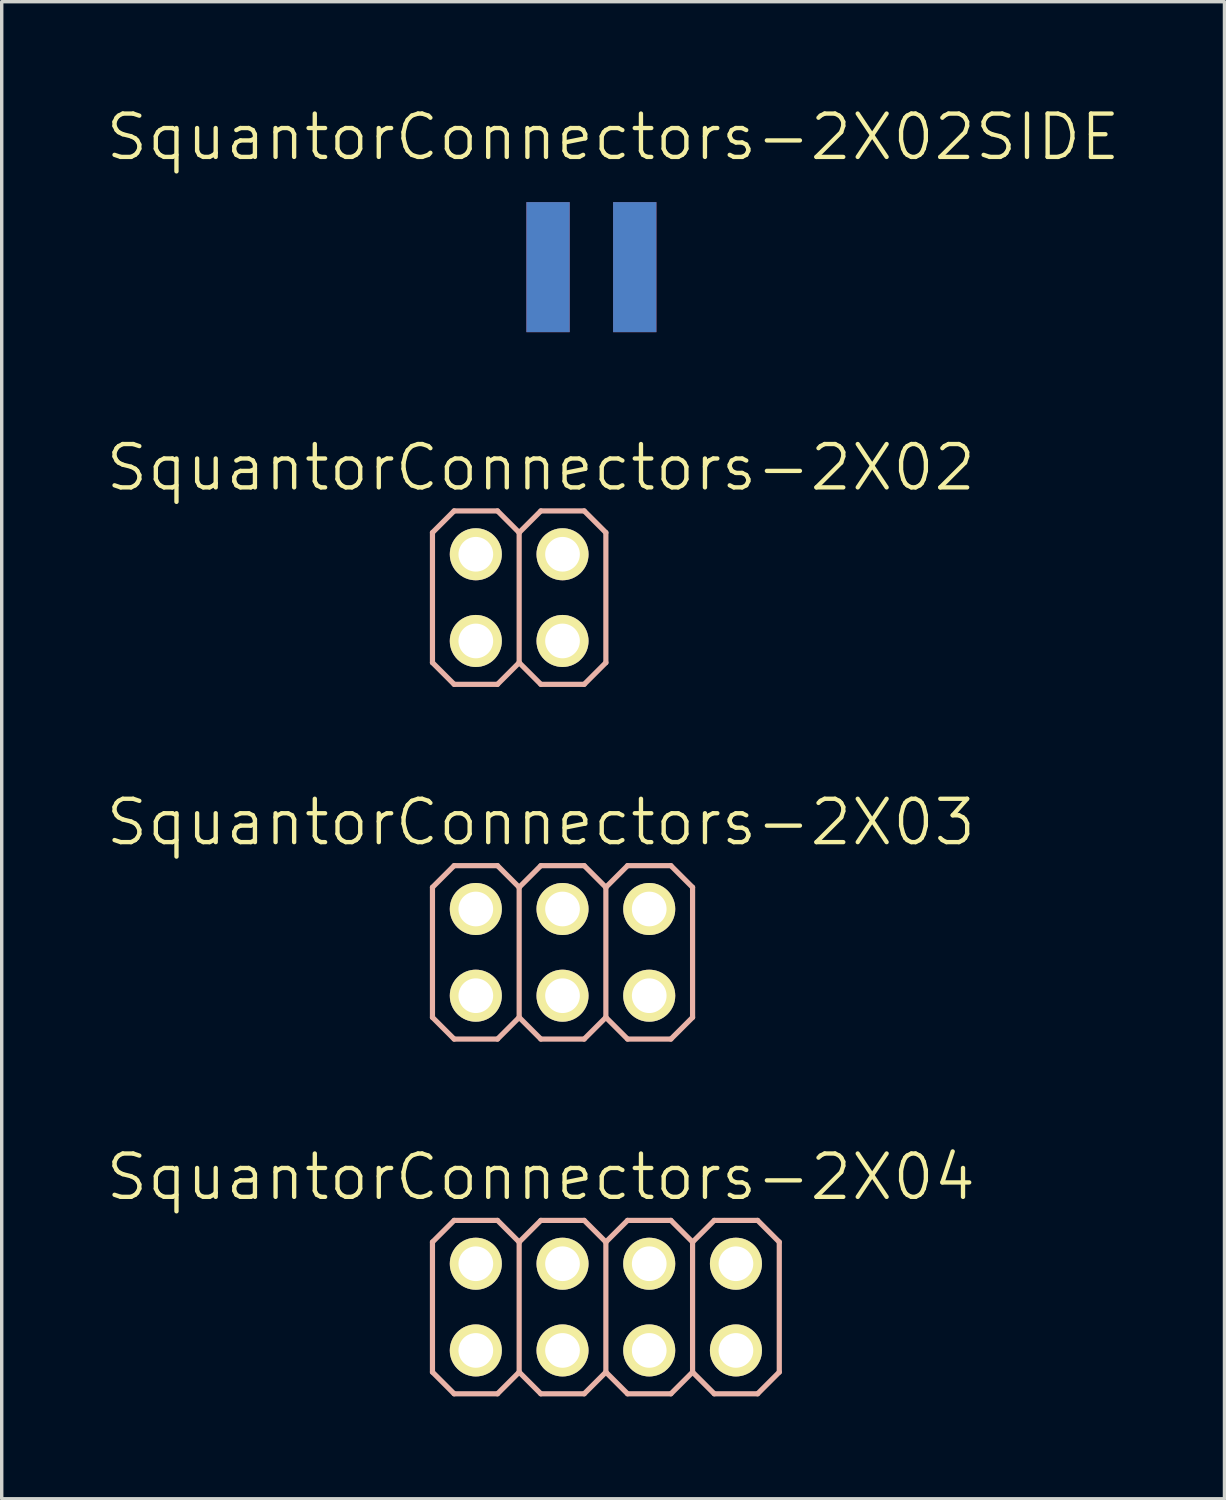
<source format=kicad_pcb>
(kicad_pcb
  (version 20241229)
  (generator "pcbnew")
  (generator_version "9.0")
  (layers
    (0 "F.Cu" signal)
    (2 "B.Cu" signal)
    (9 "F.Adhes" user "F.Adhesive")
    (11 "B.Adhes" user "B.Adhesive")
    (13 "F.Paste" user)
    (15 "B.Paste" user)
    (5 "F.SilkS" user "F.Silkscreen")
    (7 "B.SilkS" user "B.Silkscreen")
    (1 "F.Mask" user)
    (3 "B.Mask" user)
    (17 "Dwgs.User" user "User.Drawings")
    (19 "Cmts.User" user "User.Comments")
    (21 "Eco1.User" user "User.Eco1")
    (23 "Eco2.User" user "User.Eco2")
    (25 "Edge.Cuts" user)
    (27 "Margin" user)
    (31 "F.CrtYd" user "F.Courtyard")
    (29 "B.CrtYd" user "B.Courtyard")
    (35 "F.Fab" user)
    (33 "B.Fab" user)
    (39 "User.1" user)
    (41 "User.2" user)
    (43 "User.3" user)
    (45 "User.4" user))
  (footprint "SquantorConnectors-2X02SIDE"
    (layer "F.Cu")
    (at 14.275 4.776)
    (property "Reference" "SquantorConnectors-2X02SIDE" (at 0.635 -3.81 0) (layer "F.SilkS") (effects (font (size 1.27 1.27) (thickness 0.127))))
    (attr smd)
    (pad "1" smd rect (at -1.27 0 90) (size 3.81 1.27) (layers "F.Cu" "F.Mask" "F.Paste"))
    (pad "2" smd rect (at -1.27 0 90) (size 3.81 1.27) (layers "B.Cu" "B.Mask"))
    (pad "3" smd rect (at 1.27 0 90) (size 3.81 1.27) (layers "F.Cu" "F.Mask" "F.Paste"))
    (pad "4" smd rect (at 1.27 0 90) (size 3.81 1.27) (layers "B.Cu" "B.Mask")))
  (footprint "SquantorConnectors-2X04"
    (layer "F.Cu")
    (at 14.699 35.241)
    (property "Reference" "SquantorConnectors-2X04" (at -1.905 -3.81 0) (layer "F.SilkS") (effects (font (size 1.27 1.27) (thickness 0.127))))
    (attr exclude_from_pos_files exclude_from_bom)
    (fp_line (start -4.064 -1.524) (end -3.556 -1.524) (stroke (width 0.066) (type solid)) (layer "F.SilkS"))
    (fp_line (start -4.064 -1.016) (end -4.064 -1.524) (stroke (width 0.066) (type solid)) (layer "F.SilkS"))
    (fp_line (start -4.064 -1.016) (end -3.556 -1.016) (stroke (width 0.066) (type solid)) (layer "F.SilkS"))
    (fp_line (start -4.064 1.016) (end -3.556 1.016) (stroke (width 0.066) (type solid)) (layer "F.SilkS"))
    (fp_line (start -4.064 1.524) (end -4.064 1.016) (stroke (width 0.066) (type solid)) (layer "F.SilkS"))
    (fp_line (start -4.064 1.524) (end -3.556 1.524) (stroke (width 0.066) (type solid)) (layer "F.SilkS"))
    (fp_line (start -3.556 -1.016) (end -3.556 -1.524) (stroke (width 0.066) (type solid)) (layer "F.SilkS"))
    (fp_line (start -3.556 1.524) (end -3.556 1.016) (stroke (width 0.066) (type solid)) (layer "F.SilkS"))
    (fp_line (start -1.524 -1.524) (end -1.016 -1.524) (stroke (width 0.066) (type solid)) (layer "F.SilkS"))
    (fp_line (start -1.524 -1.016) (end -1.524 -1.524) (stroke (width 0.066) (type solid)) (layer "F.SilkS"))
    (fp_line (start -1.524 -1.016) (end -1.016 -1.016) (stroke (width 0.066) (type solid)) (layer "F.SilkS"))
    (fp_line (start -1.524 1.016) (end -1.016 1.016) (stroke (width 0.066) (type solid)) (layer "F.SilkS"))
    (fp_line (start -1.524 1.524) (end -1.524 1.016) (stroke (width 0.066) (type solid)) (layer "F.SilkS"))
    (fp_line (start -1.524 1.524) (end -1.016 1.524) (stroke (width 0.066) (type solid)) (layer "F.SilkS"))
    (fp_line (start -1.016 -1.016) (end -1.016 -1.524) (stroke (width 0.066) (type solid)) (layer "F.SilkS"))
    (fp_line (start -1.016 1.524) (end -1.016 1.016) (stroke (width 0.066) (type solid)) (layer "F.SilkS"))
    (fp_line (start 1.016 -1.524) (end 1.524 -1.524) (stroke (width 0.066) (type solid)) (layer "F.SilkS"))
    (fp_line (start 1.016 -1.016) (end 1.016 -1.524) (stroke (width 0.066) (type solid)) (layer "F.SilkS"))
    (fp_line (start 1.016 -1.016) (end 1.524 -1.016) (stroke (width 0.066) (type solid)) (layer "F.SilkS"))
    (fp_line (start 1.016 1.016) (end 1.524 1.016) (stroke (width 0.066) (type solid)) (layer "F.SilkS"))
    (fp_line (start 1.016 1.524) (end 1.016 1.016) (stroke (width 0.066) (type solid)) (layer "F.SilkS"))
    (fp_line (start 1.016 1.524) (end 1.524 1.524) (stroke (width 0.066) (type solid)) (layer "F.SilkS"))
    (fp_line (start 1.524 -1.016) (end 1.524 -1.524) (stroke (width 0.066) (type solid)) (layer "F.SilkS"))
    (fp_line (start 1.524 1.524) (end 1.524 1.016) (stroke (width 0.066) (type solid)) (layer "F.SilkS"))
    (fp_line (start 3.556 -1.524) (end 4.064 -1.524) (stroke (width 0.066) (type solid)) (layer "F.SilkS"))
    (fp_line (start 3.556 -1.016) (end 3.556 -1.524) (stroke (width 0.066) (type solid)) (layer "F.SilkS"))
    (fp_line (start 3.556 -1.016) (end 4.064 -1.016) (stroke (width 0.066) (type solid)) (layer "F.SilkS"))
    (fp_line (start 3.556 1.016) (end 4.064 1.016) (stroke (width 0.066) (type solid)) (layer "F.SilkS"))
    (fp_line (start 3.556 1.524) (end 3.556 1.016) (stroke (width 0.066) (type solid)) (layer "F.SilkS"))
    (fp_line (start 3.556 1.524) (end 4.064 1.524) (stroke (width 0.066) (type solid)) (layer "F.SilkS"))
    (fp_line (start 4.064 -1.016) (end 4.064 -1.524) (stroke (width 0.066) (type solid)) (layer "F.SilkS"))
    (fp_line (start 4.064 1.524) (end 4.064 1.016) (stroke (width 0.066) (type solid)) (layer "F.SilkS"))
    (fp_line (start -5.08 -1.905) (end -4.445 -2.54) (stroke (width 0.152) (type solid)) (layer "B.SilkS"))
    (fp_line (start -5.08 1.905) (end -5.08 -1.905) (stroke (width 0.152) (type solid)) (layer "B.SilkS"))
    (fp_line (start -5.08 1.905) (end -4.445 2.54) (stroke (width 0.152) (type solid)) (layer "B.SilkS"))
    (fp_line (start -4.445 -2.54) (end -3.175 -2.54) (stroke (width 0.152) (type solid)) (layer "B.SilkS"))
    (fp_line (start -4.445 2.54) (end -3.175 2.54) (stroke (width 0.152) (type solid)) (layer "B.SilkS"))
    (fp_line (start -3.175 -2.54) (end -2.54 -1.905) (stroke (width 0.152) (type solid)) (layer "B.SilkS"))
    (fp_line (start -3.175 2.54) (end -2.54 1.905) (stroke (width 0.152) (type solid)) (layer "B.SilkS"))
    (fp_line (start -2.54 -1.905) (end -2.54 1.905) (stroke (width 0.152) (type solid)) (layer "B.SilkS"))
    (fp_line (start -2.54 -1.905) (end -1.905 -2.54) (stroke (width 0.152) (type solid)) (layer "B.SilkS"))
    (fp_line (start -2.54 1.905) (end -1.905 2.54) (stroke (width 0.152) (type solid)) (layer "B.SilkS"))
    (fp_line (start -1.905 -2.54) (end -0.635 -2.54) (stroke (width 0.152) (type solid)) (layer "B.SilkS"))
    (fp_line (start -1.905 2.54) (end -0.635 2.54) (stroke (width 0.152) (type solid)) (layer "B.SilkS"))
    (fp_line (start -0.635 -2.54) (end 0 -1.905) (stroke (width 0.152) (type solid)) (layer "B.SilkS"))
    (fp_line (start -0.635 2.54) (end 0 1.905) (stroke (width 0.152) (type solid)) (layer "B.SilkS"))
    (fp_line (start 0 -1.905) (end 0 1.905) (stroke (width 0.152) (type solid)) (layer "B.SilkS"))
    (fp_line (start 0 -1.905) (end 0.635 -2.54) (stroke (width 0.152) (type solid)) (layer "B.SilkS"))
    (fp_line (start 0 1.905) (end 0.635 2.54) (stroke (width 0.152) (type solid)) (layer "B.SilkS"))
    (fp_line (start 0.635 -2.54) (end 1.905 -2.54) (stroke (width 0.152) (type solid)) (layer "B.SilkS"))
    (fp_line (start 0.635 2.54) (end 1.905 2.54) (stroke (width 0.152) (type solid)) (layer "B.SilkS"))
    (fp_line (start 1.905 -2.54) (end 2.54 -1.905) (stroke (width 0.152) (type solid)) (layer "B.SilkS"))
    (fp_line (start 1.905 2.54) (end 2.54 1.905) (stroke (width 0.152) (type solid)) (layer "B.SilkS"))
    (fp_line (start 2.54 -1.905) (end 2.54 1.905) (stroke (width 0.152) (type solid)) (layer "B.SilkS"))
    (fp_line (start 2.54 -1.905) (end 3.175 -2.54) (stroke (width 0.152) (type solid)) (layer "B.SilkS"))
    (fp_line (start 2.54 1.905) (end 3.175 2.54) (stroke (width 0.152) (type solid)) (layer "B.SilkS"))
    (fp_line (start 3.175 -2.54) (end 4.445 -2.54) (stroke (width 0.152) (type solid)) (layer "B.SilkS"))
    (fp_line (start 3.175 2.54) (end 4.445 2.54) (stroke (width 0.152) (type solid)) (layer "B.SilkS"))
    (fp_line (start 4.445 -2.54) (end 5.08 -1.905) (stroke (width 0.152) (type solid)) (layer "B.SilkS"))
    (fp_line (start 4.445 2.54) (end 5.08 1.905) (stroke (width 0.152) (type solid)) (layer "B.SilkS"))
    (fp_line (start 5.08 -1.905) (end 5.08 1.905) (stroke (width 0.152) (type solid)) (layer "B.SilkS"))
    (pad "1" thru_hole circle (at -3.81 1.27) (size 1.524 1.524) (drill 1.016) (layers "*.Cu" "F.Mask" "F.SilkS" "F.Paste"))
    (pad "2" thru_hole circle (at -3.81 -1.27) (size 1.524 1.524) (drill 1.016) (layers "*.Cu" "F.Mask" "F.SilkS" "F.Paste"))
    (pad "3" thru_hole circle (at -1.27 1.27) (size 1.524 1.524) (drill 1.016) (layers "*.Cu" "F.Mask" "F.SilkS" "F.Paste"))
    (pad "4" thru_hole circle (at -1.27 -1.27) (size 1.524 1.524) (drill 1.016) (layers "*.Cu" "F.Mask" "F.SilkS" "F.Paste"))
    (pad "5" thru_hole circle (at 1.27 1.27) (size 1.524 1.524) (drill 1.016) (layers "*.Cu" "F.Mask" "F.SilkS" "F.Paste"))
    (pad "6" thru_hole circle (at 1.27 -1.27) (size 1.524 1.524) (drill 1.016) (layers "*.Cu" "F.Mask" "F.SilkS" "F.Paste"))
    (pad "7" thru_hole circle (at 3.81 1.27) (size 1.524 1.524) (drill 1.016) (layers "*.Cu" "F.Mask" "F.SilkS" "F.Paste"))
    (pad "8" thru_hole circle (at 3.81 -1.27) (size 1.524 1.524) (drill 1.016) (layers "*.Cu" "F.Mask" "F.SilkS" "F.Paste")))
  (footprint "SquantorConnectors-2X02"
    (layer "F.Cu")
    (at 12.159 14.457)
    (property "Reference" "SquantorConnectors-2X02" (at 0.635 -3.81 0) (layer "F.SilkS") (effects (font (size 1.27 1.27) (thickness 0.127))))
    (attr exclude_from_pos_files exclude_from_bom)
    (fp_line (start -1.524 -1.524) (end -1.016 -1.524) (stroke (width 0.066) (type solid)) (layer "F.SilkS"))
    (fp_line (start -1.524 -1.016) (end -1.524 -1.524) (stroke (width 0.066) (type solid)) (layer "F.SilkS"))
    (fp_line (start -1.524 -1.016) (end -1.016 -1.016) (stroke (width 0.066) (type solid)) (layer "F.SilkS"))
    (fp_line (start -1.524 1.016) (end -1.016 1.016) (stroke (width 0.066) (type solid)) (layer "F.SilkS"))
    (fp_line (start -1.524 1.524) (end -1.524 1.016) (stroke (width 0.066) (type solid)) (layer "F.SilkS"))
    (fp_line (start -1.524 1.524) (end -1.016 1.524) (stroke (width 0.066) (type solid)) (layer "F.SilkS"))
    (fp_line (start -1.016 -1.016) (end -1.016 -1.524) (stroke (width 0.066) (type solid)) (layer "F.SilkS"))
    (fp_line (start -1.016 1.524) (end -1.016 1.016) (stroke (width 0.066) (type solid)) (layer "F.SilkS"))
    (fp_line (start 1.016 -1.524) (end 1.524 -1.524) (stroke (width 0.066) (type solid)) (layer "F.SilkS"))
    (fp_line (start 1.016 -1.016) (end 1.016 -1.524) (stroke (width 0.066) (type solid)) (layer "F.SilkS"))
    (fp_line (start 1.016 -1.016) (end 1.524 -1.016) (stroke (width 0.066) (type solid)) (layer "F.SilkS"))
    (fp_line (start 1.016 1.016) (end 1.524 1.016) (stroke (width 0.066) (type solid)) (layer "F.SilkS"))
    (fp_line (start 1.016 1.524) (end 1.016 1.016) (stroke (width 0.066) (type solid)) (layer "F.SilkS"))
    (fp_line (start 1.016 1.524) (end 1.524 1.524) (stroke (width 0.066) (type solid)) (layer "F.SilkS"))
    (fp_line (start 1.524 -1.016) (end 1.524 -1.524) (stroke (width 0.066) (type solid)) (layer "F.SilkS"))
    (fp_line (start 1.524 1.524) (end 1.524 1.016) (stroke (width 0.066) (type solid)) (layer "F.SilkS"))
    (fp_line (start -2.54 -1.905) (end -1.905 -2.54) (stroke (width 0.152) (type solid)) (layer "B.SilkS"))
    (fp_line (start -2.54 1.905) (end -2.54 -1.905) (stroke (width 0.152) (type solid)) (layer "B.SilkS"))
    (fp_line (start -2.54 1.905) (end -1.905 2.54) (stroke (width 0.152) (type solid)) (layer "B.SilkS"))
    (fp_line (start -1.905 -2.54) (end -0.635 -2.54) (stroke (width 0.152) (type solid)) (layer "B.SilkS"))
    (fp_line (start -1.905 2.54) (end -0.635 2.54) (stroke (width 0.152) (type solid)) (layer "B.SilkS"))
    (fp_line (start -0.635 -2.54) (end 0 -1.905) (stroke (width 0.152) (type solid)) (layer "B.SilkS"))
    (fp_line (start -0.635 2.54) (end 0 1.905) (stroke (width 0.152) (type solid)) (layer "B.SilkS"))
    (fp_line (start 0 -1.905) (end 0 1.905) (stroke (width 0.152) (type solid)) (layer "B.SilkS"))
    (fp_line (start 0 -1.905) (end 0.635 -2.54) (stroke (width 0.152) (type solid)) (layer "B.SilkS"))
    (fp_line (start 0 1.905) (end 0.635 2.54) (stroke (width 0.152) (type solid)) (layer "B.SilkS"))
    (fp_line (start 0.635 -2.54) (end 1.905 -2.54) (stroke (width 0.152) (type solid)) (layer "B.SilkS"))
    (fp_line (start 0.635 2.54) (end 1.905 2.54) (stroke (width 0.152) (type solid)) (layer "B.SilkS"))
    (fp_line (start 1.905 -2.54) (end 2.54 -1.905) (stroke (width 0.152) (type solid)) (layer "B.SilkS"))
    (fp_line (start 1.905 2.54) (end 2.54 1.905) (stroke (width 0.152) (type solid)) (layer "B.SilkS"))
    (fp_line (start 2.54 -1.905) (end 2.54 1.905) (stroke (width 0.152) (type solid)) (layer "B.SilkS"))
    (pad "1" thru_hole circle (at -1.27 1.27) (size 1.524 1.524) (drill 1.016) (layers "*.Cu" "F.Mask" "F.SilkS" "F.Paste"))
    (pad "2" thru_hole circle (at -1.27 -1.27) (size 1.524 1.524) (drill 1.016) (layers "*.Cu" "F.Mask" "F.SilkS" "F.Paste"))
    (pad "3" thru_hole circle (at 1.27 1.27) (size 1.524 1.524) (drill 1.016) (layers "*.Cu" "F.Mask" "F.SilkS" "F.Paste"))
    (pad "4" thru_hole circle (at 1.27 -1.27) (size 1.524 1.524) (drill 1.016) (layers "*.Cu" "F.Mask" "F.SilkS" "F.Paste")))
  (footprint "SquantorConnectors-2X03"
    (layer "F.Cu")
    (at 13.429 24.849)
    (property "Reference" "SquantorConnectors-2X03" (at -0.635 -3.81 0) (layer "F.SilkS") (effects (font (size 1.27 1.27) (thickness 0.127))))
    (attr exclude_from_pos_files exclude_from_bom)
    (fp_line (start -2.794 -1.524) (end -2.286 -1.524) (stroke (width 0.066) (type solid)) (layer "F.SilkS"))
    (fp_line (start -2.794 -1.016) (end -2.794 -1.524) (stroke (width 0.066) (type solid)) (layer "F.SilkS"))
    (fp_line (start -2.794 -1.016) (end -2.286 -1.016) (stroke (width 0.066) (type solid)) (layer "F.SilkS"))
    (fp_line (start -2.794 1.016) (end -2.286 1.016) (stroke (width 0.066) (type solid)) (layer "F.SilkS"))
    (fp_line (start -2.794 1.524) (end -2.794 1.016) (stroke (width 0.066) (type solid)) (layer "F.SilkS"))
    (fp_line (start -2.794 1.524) (end -2.286 1.524) (stroke (width 0.066) (type solid)) (layer "F.SilkS"))
    (fp_line (start -2.286 -1.016) (end -2.286 -1.524) (stroke (width 0.066) (type solid)) (layer "F.SilkS"))
    (fp_line (start -2.286 1.524) (end -2.286 1.016) (stroke (width 0.066) (type solid)) (layer "F.SilkS"))
    (fp_line (start -0.254 -1.524) (end 0.254 -1.524) (stroke (width 0.066) (type solid)) (layer "F.SilkS"))
    (fp_line (start -0.254 -1.016) (end -0.254 -1.524) (stroke (width 0.066) (type solid)) (layer "F.SilkS"))
    (fp_line (start -0.254 -1.016) (end 0.254 -1.016) (stroke (width 0.066) (type solid)) (layer "F.SilkS"))
    (fp_line (start -0.254 1.016) (end 0.254 1.016) (stroke (width 0.066) (type solid)) (layer "F.SilkS"))
    (fp_line (start -0.254 1.524) (end -0.254 1.016) (stroke (width 0.066) (type solid)) (layer "F.SilkS"))
    (fp_line (start -0.254 1.524) (end 0.254 1.524) (stroke (width 0.066) (type solid)) (layer "F.SilkS"))
    (fp_line (start 0.254 -1.016) (end 0.254 -1.524) (stroke (width 0.066) (type solid)) (layer "F.SilkS"))
    (fp_line (start 0.254 1.524) (end 0.254 1.016) (stroke (width 0.066) (type solid)) (layer "F.SilkS"))
    (fp_line (start 2.286 -1.524) (end 2.794 -1.524) (stroke (width 0.066) (type solid)) (layer "F.SilkS"))
    (fp_line (start 2.286 -1.016) (end 2.286 -1.524) (stroke (width 0.066) (type solid)) (layer "F.SilkS"))
    (fp_line (start 2.286 -1.016) (end 2.794 -1.016) (stroke (width 0.066) (type solid)) (layer "F.SilkS"))
    (fp_line (start 2.286 1.016) (end 2.794 1.016) (stroke (width 0.066) (type solid)) (layer "F.SilkS"))
    (fp_line (start 2.286 1.524) (end 2.286 1.016) (stroke (width 0.066) (type solid)) (layer "F.SilkS"))
    (fp_line (start 2.286 1.524) (end 2.794 1.524) (stroke (width 0.066) (type solid)) (layer "F.SilkS"))
    (fp_line (start 2.794 -1.016) (end 2.794 -1.524) (stroke (width 0.066) (type solid)) (layer "F.SilkS"))
    (fp_line (start 2.794 1.524) (end 2.794 1.016) (stroke (width 0.066) (type solid)) (layer "F.SilkS"))
    (fp_line (start -3.81 -1.905) (end -3.175 -2.54) (stroke (width 0.152) (type solid)) (layer "B.SilkS"))
    (fp_line (start -3.81 1.905) (end -3.81 -1.905) (stroke (width 0.152) (type solid)) (layer "B.SilkS"))
    (fp_line (start -3.81 1.905) (end -3.175 2.54) (stroke (width 0.152) (type solid)) (layer "B.SilkS"))
    (fp_line (start -3.175 -2.54) (end -1.905 -2.54) (stroke (width 0.152) (type solid)) (layer "B.SilkS"))
    (fp_line (start -3.175 2.54) (end -1.905 2.54) (stroke (width 0.152) (type solid)) (layer "B.SilkS"))
    (fp_line (start -1.905 -2.54) (end -1.27 -1.905) (stroke (width 0.152) (type solid)) (layer "B.SilkS"))
    (fp_line (start -1.905 2.54) (end -1.27 1.905) (stroke (width 0.152) (type solid)) (layer "B.SilkS"))
    (fp_line (start -1.27 -1.905) (end -1.27 1.905) (stroke (width 0.152) (type solid)) (layer "B.SilkS"))
    (fp_line (start -1.27 -1.905) (end -0.635 -2.54) (stroke (width 0.152) (type solid)) (layer "B.SilkS"))
    (fp_line (start -1.27 1.905) (end -0.635 2.54) (stroke (width 0.152) (type solid)) (layer "B.SilkS"))
    (fp_line (start -0.635 -2.54) (end 0.635 -2.54) (stroke (width 0.152) (type solid)) (layer "B.SilkS"))
    (fp_line (start -0.635 2.54) (end 0.635 2.54) (stroke (width 0.152) (type solid)) (layer "B.SilkS"))
    (fp_line (start 0.635 -2.54) (end 1.27 -1.905) (stroke (width 0.152) (type solid)) (layer "B.SilkS"))
    (fp_line (start 0.635 2.54) (end 1.27 1.905) (stroke (width 0.152) (type solid)) (layer "B.SilkS"))
    (fp_line (start 1.27 -1.905) (end 1.27 1.905) (stroke (width 0.152) (type solid)) (layer "B.SilkS"))
    (fp_line (start 1.27 -1.905) (end 1.905 -2.54) (stroke (width 0.152) (type solid)) (layer "B.SilkS"))
    (fp_line (start 1.27 1.905) (end 1.905 2.54) (stroke (width 0.152) (type solid)) (layer "B.SilkS"))
    (fp_line (start 1.905 -2.54) (end 3.175 -2.54) (stroke (width 0.152) (type solid)) (layer "B.SilkS"))
    (fp_line (start 1.905 2.54) (end 3.175 2.54) (stroke (width 0.152) (type solid)) (layer "B.SilkS"))
    (fp_line (start 3.175 -2.54) (end 3.81 -1.905) (stroke (width 0.152) (type solid)) (layer "B.SilkS"))
    (fp_line (start 3.175 2.54) (end 3.81 1.905) (stroke (width 0.152) (type solid)) (layer "B.SilkS"))
    (fp_line (start 3.81 -1.905) (end 3.81 1.905) (stroke (width 0.152) (type solid)) (layer "B.SilkS"))
    (pad "1" thru_hole circle (at -2.54 1.27) (size 1.524 1.524) (drill 1.016) (layers "*.Cu" "F.Mask" "F.SilkS" "F.Paste"))
    (pad "2" thru_hole circle (at -2.54 -1.27) (size 1.524 1.524) (drill 1.016) (layers "*.Cu" "F.Mask" "F.SilkS" "F.Paste"))
    (pad "3" thru_hole circle (at 0 1.27) (size 1.524 1.524) (drill 1.016) (layers "*.Cu" "F.Mask" "F.SilkS" "F.Paste"))
    (pad "4" thru_hole circle (at 0 -1.27) (size 1.524 1.524) (drill 1.016) (layers "*.Cu" "F.Mask" "F.SilkS" "F.Paste"))
    (pad "5" thru_hole circle (at 2.54 1.27) (size 1.524 1.524) (drill 1.016) (layers "*.Cu" "F.Mask" "F.SilkS" "F.Paste"))
    (pad "6" thru_hole circle (at 2.54 -1.27) (size 1.524 1.524) (drill 1.016) (layers "*.Cu" "F.Mask" "F.SilkS" "F.Paste")))
  (gr_rect
    (start -3 -3)
    (end 32.821 40.857)
    (stroke (width 0.1) (type default))
    (fill no)
    (layer "Edge.Cuts")))
</source>
